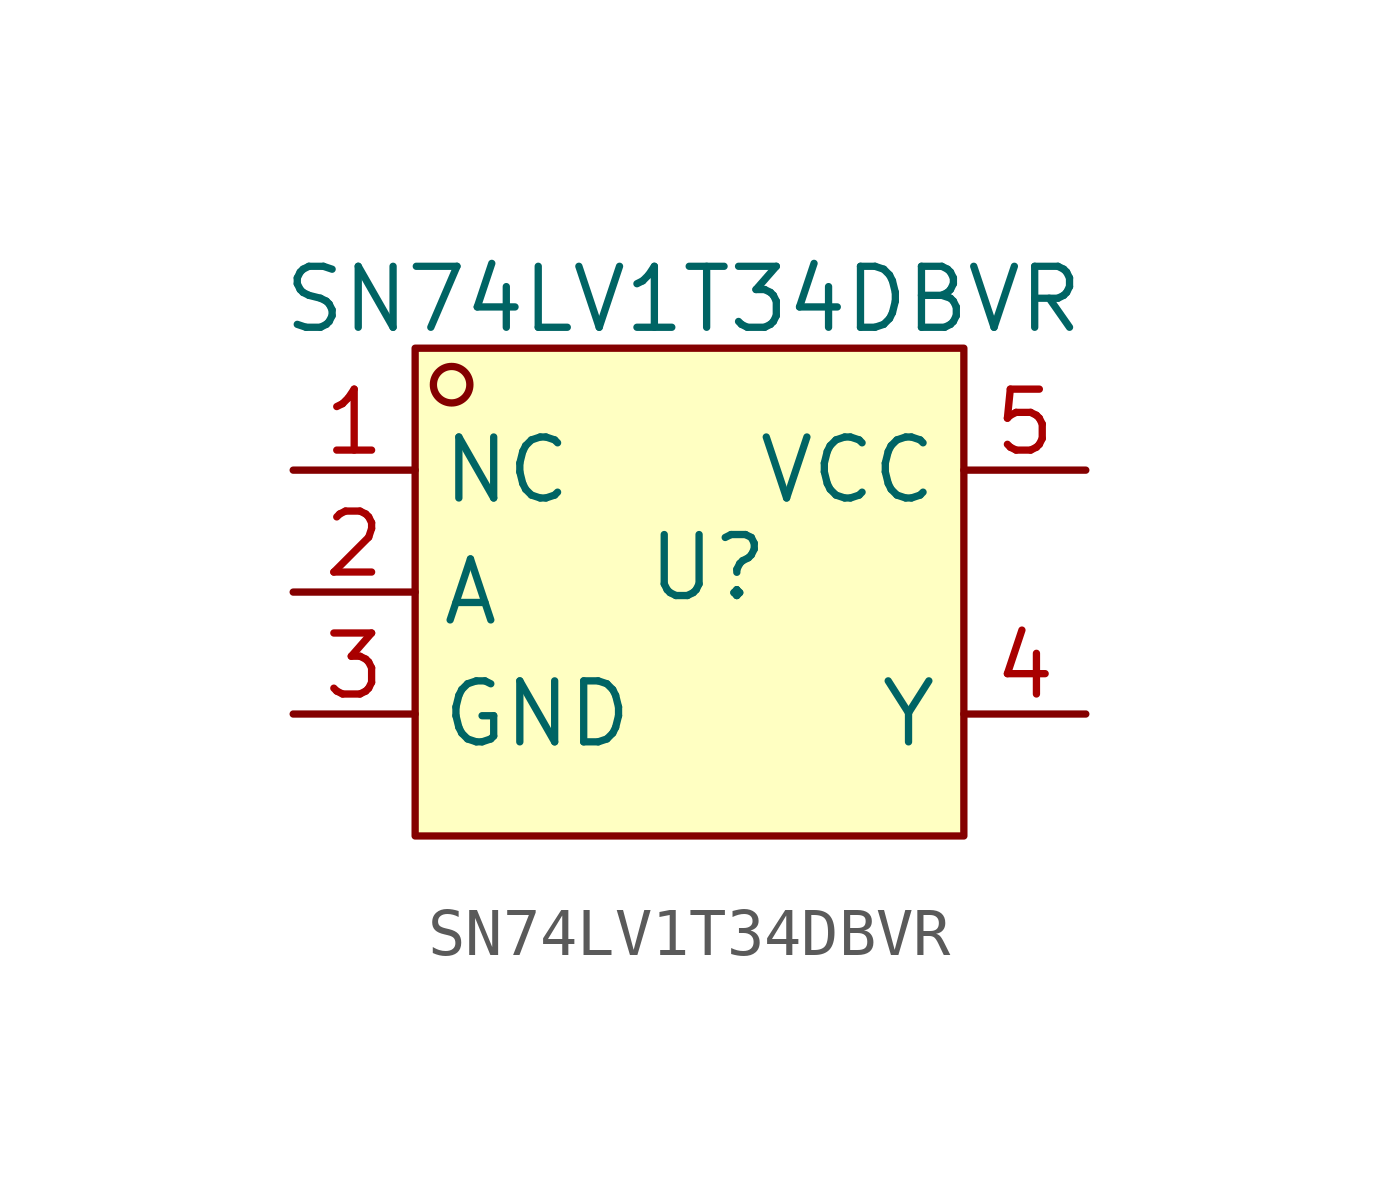
<source format=kicad_sym>
(kicad_symbol_lib
  (version 20231120)
  (generator "kicad_symbol_editor")
  (generator_version "8.0")
  (symbol "SN74LV1T34DBVR"
    (property "Reference" "U"
      (at 3.556 3.048 0)
      (effects (font (size 1.27 1.27))))
    (property "Value" "SN74LV1T34DBVR"
      (at 3.048 8.636 0)
      (effects (font (size 1.27 1.27))))
    (symbol "SN74LV1T34DBVR_0_1"
      (rectangle (start -2.54 7.62) (end 8.89 -2.54) (stroke (width 0) (type default)) (fill (type background)))
      (circle (center -1.78 6.86) (radius 0.38) (stroke (width 0) (type default)) (fill (type none)))
      (pin unspecified line (at -5.08 5.08 0) (length 2.54) (name "NC" (effects (font (size 1.27 1.27)))) (number "1" (effects (font (size 1.27 1.27)))))
      (pin unspecified line (at -5.08 2.54 0) (length 2.54) (name "A" (effects (font (size 1.27 1.27)))) (number "2" (effects (font (size 1.27 1.27)))))
      (pin unspecified line (at -5.08 0 0) (length 2.54) (name "GND" (effects (font (size 1.27 1.27)))) (number "3" (effects (font (size 1.27 1.27)))))
      (pin unspecified line (at 11.43 0 180) (length 2.54) (name "Y" (effects (font (size 1.27 1.27)))) (number "4" (effects (font (size 1.27 1.27)))))
      (pin unspecified line (at 11.43 5.08 180) (length 2.54) (name "VCC" (effects (font (size 1.27 1.27)))) (number "5" (effects (font (size 1.27 1.27))))))))
</source>
